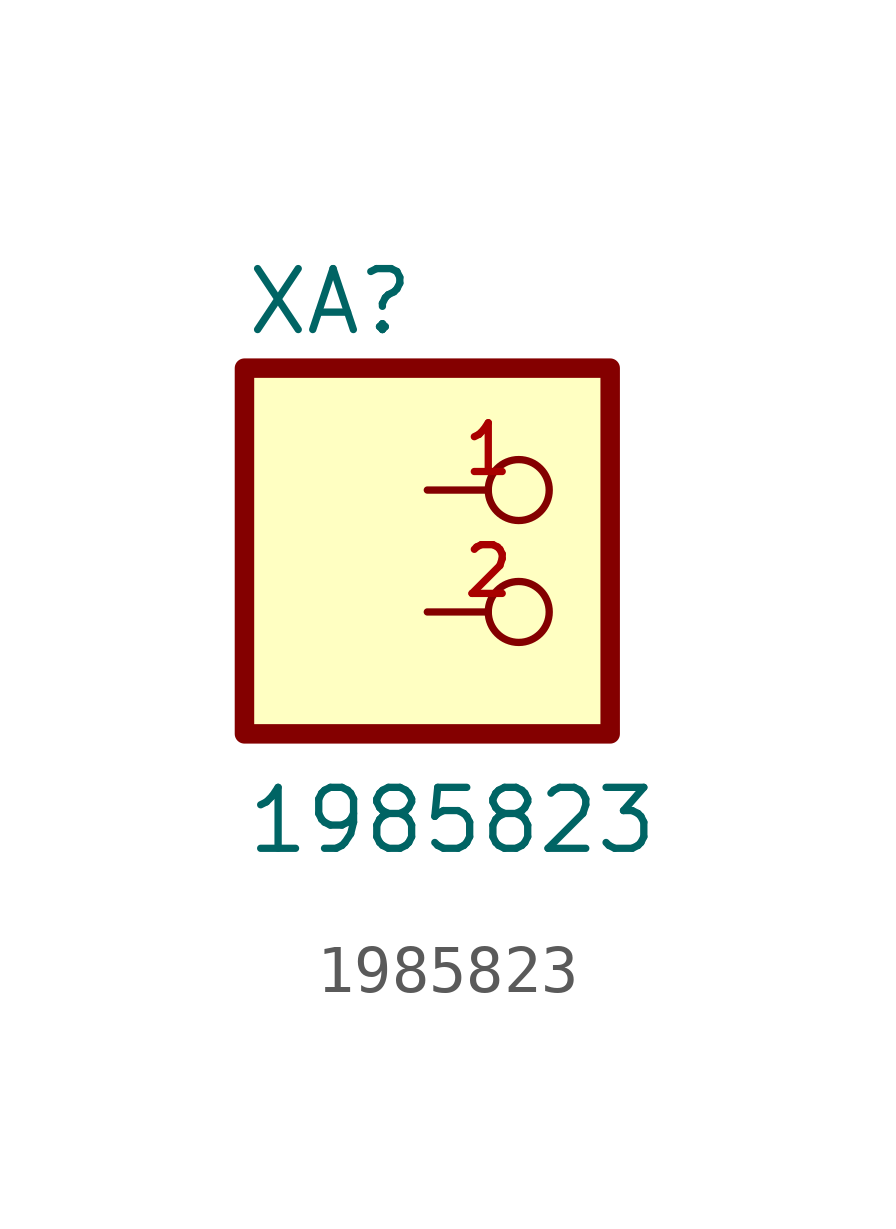
<source format=kicad_sym>
(kicad_symbol_lib
  (version 20211014)
  (generator kicad_symbol_editor)
  (symbol "1985823"
    (pin_names
      (offset 1.016))
    (property "Reference" "XA"
      (at -3.818 3.181 0)
      (effects (font (size 1.27 1.27)) (justify bottom left)))
    (property "Value" "1985823"
      (at -3.814 -7.628 0)
      (effects (font (size 1.27 1.27)) (justify bottom left)))
    (symbol "1985823_0_0"
      (rectangle (start -3.81 -5.08) (end 3.81 2.54) (stroke (width 0.406)) (fill (type background)))
      (pin passive inverted (at 0.0 0.0 0) (length 2.54) (name "~" (effects (font (size 1.016 1.016)))) (number "1" (effects (font (size 1.016 1.016)))))
      (pin passive inverted (at 0.0 -2.54 0) (length 2.54) (name "~" (effects (font (size 1.016 1.016)))) (number "2" (effects (font (size 1.016 1.016))))))))
</source>
